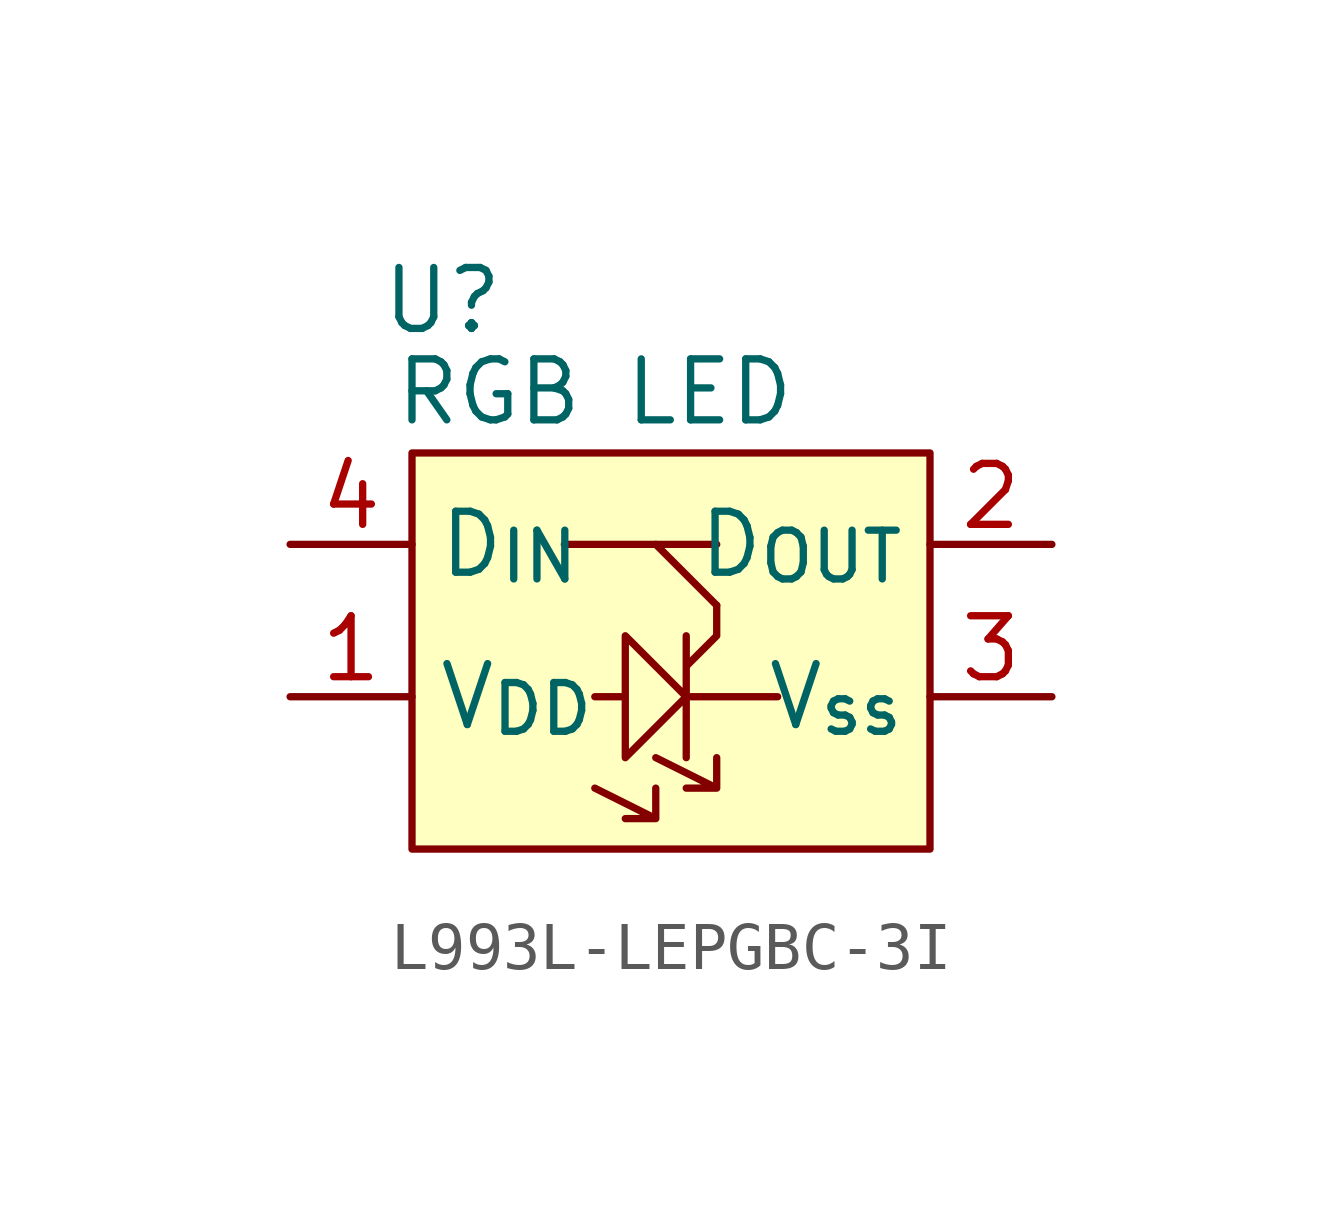
<source format=kicad_sym>
(kicad_symbol_lib
  (version 20220914)
  (generator kicad_symbol_editor)
  (symbol "L993L-LEPGBC-3I"
    (property "Reference" "U"
      (at 1.905 5.715 0)
      (effects (font (size 1.27 1.27))))
    (property "Value" "RGB LED"
      (at 5.08 3.81 0)
      (effects (font (size 1.27 1.27))))
    (symbol "L993L-LEPGBC-3I_0_1"
      (polyline (pts (xy 4.445 0.635) (xy 7.62 0.635)) (stroke (width 0) (type default)) (fill (type none)))
      (polyline (pts (xy 7.62 -0.635) (xy 6.35 0.635)) (stroke (width 0) (type default)) (fill (type none)))
      (polyline (pts (xy 5.08 -4.445) (xy 6.35 -5.08) (xy 6.35 -4.445) (xy 6.35 -5.08) (xy 5.715 -5.08)) (stroke (width 0) (type default)) (fill (type none)))
      (polyline (pts (xy 6.35 -3.81) (xy 7.62 -4.445) (xy 7.62 -3.81) (xy 7.62 -4.445) (xy 6.985 -4.445)) (stroke (width 0) (type default)) (fill (type none)))
      (polyline (pts (xy 5.08 -2.54) (xy 5.715 -2.54) (xy 5.715 -1.27) (xy 5.715 -3.81) (xy 6.985 -2.54) (xy 5.715 -1.27) (xy 6.985 -2.54) (xy 6.985 -1.27) (xy 6.985 -3.81) (xy 6.985 -1.905) (xy 7.62 -1.27) (xy 7.62 -0.635) (xy 7.62 -1.27) (xy 6.985 -1.905) (xy 6.985 -2.54) (xy 8.89 -2.54)) (stroke (width 0) (type default)) (fill (type none))))
    (symbol "L993L-LEPGBC-3I_1_1"
      (rectangle (start 1.27 2.54) (end 12.065 -5.715) (stroke (width 0) (type default)) (fill (type background)))
      (pin power_in line (at -1.27 -2.54 0) (length 2.54) (name "V_{DD}" (effects (font (size 1.27 1.27)))) (number "1" (effects (font (size 1.27 1.27)))))
      (pin output line (at 14.605 0.635 180) (length 2.54) (name "D_{OUT}" (effects (font (size 1.27 1.27)))) (number "2" (effects (font (size 1.27 1.27)))))
      (pin power_out line (at 14.605 -2.54 180) (length 2.54) (name "V_{ss}" (effects (font (size 1.27 1.27)))) (number "3" (effects (font (size 1.27 1.27)))))
      (pin input line (at -1.27 0.635 0) (length 2.54) (name "D_{IN}" (effects (font (size 1.27 1.27)))) (number "4" (effects (font (size 1.27 1.27))))))))
</source>
